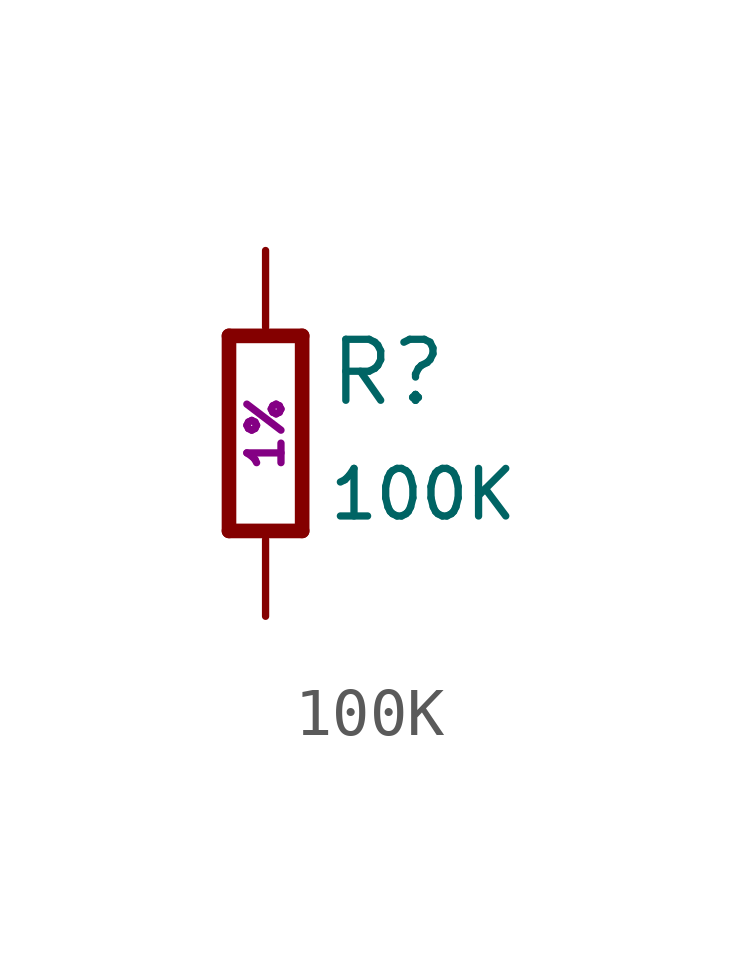
<source format=kicad_sym>
(kicad_symbol_lib
  (version 20211014)
  (generator kicad_symbol_editor)
  (symbol "100K"
    (pin_numbers hide)
    (pin_names
      (offset 0.254) hide)
    (property "Reference" "R"
      (at 1.27 1.27 0)
      (effects (font (size 1.27 1.27)) (justify left)))
    (property "Value" "100K"
      (at 1.27 -1.27 0)
      (effects (font (size 0.991 0.991)) (justify left)))
    (property "Tolerance" "1%"
      (at 0 0 90)
      (effects (font (size 0.711 0.711))))
    (symbol "100K_1_1"
      (polyline (pts (xy -0.762 -2.032) (xy -0.762 2.032)) (stroke (width 0.305) (type default) (color 0 0 0 0)) (fill (type outline)))
      (polyline (pts (xy 0.762 -2.032) (xy -0.762 -2.032)) (stroke (width 0.305) (type default) (color 0 0 0 0)) (fill (type outline)))
      (polyline (pts (xy 0.762 -2.032) (xy 0.762 2.032)) (stroke (width 0.305) (type default) (color 0 0 0 0)) (fill (type outline)))
      (polyline (pts (xy 0.762 2.032) (xy -0.762 2.032)) (stroke (width 0.305) (type default) (color 0 0 0 0)) (fill (type outline)))
      (pin passive line (at 0 3.81 270) (length 1.6) (name "~" (effects (font (size 1.27 1.27)))) (number "1" (effects (font (size 1.27 1.27)))))
      (pin passive line (at 0 -3.81 90) (length 1.6) (name "~" (effects (font (size 1.27 1.27)))) (number "2" (effects (font (size 1.27 1.27))))))))
</source>
